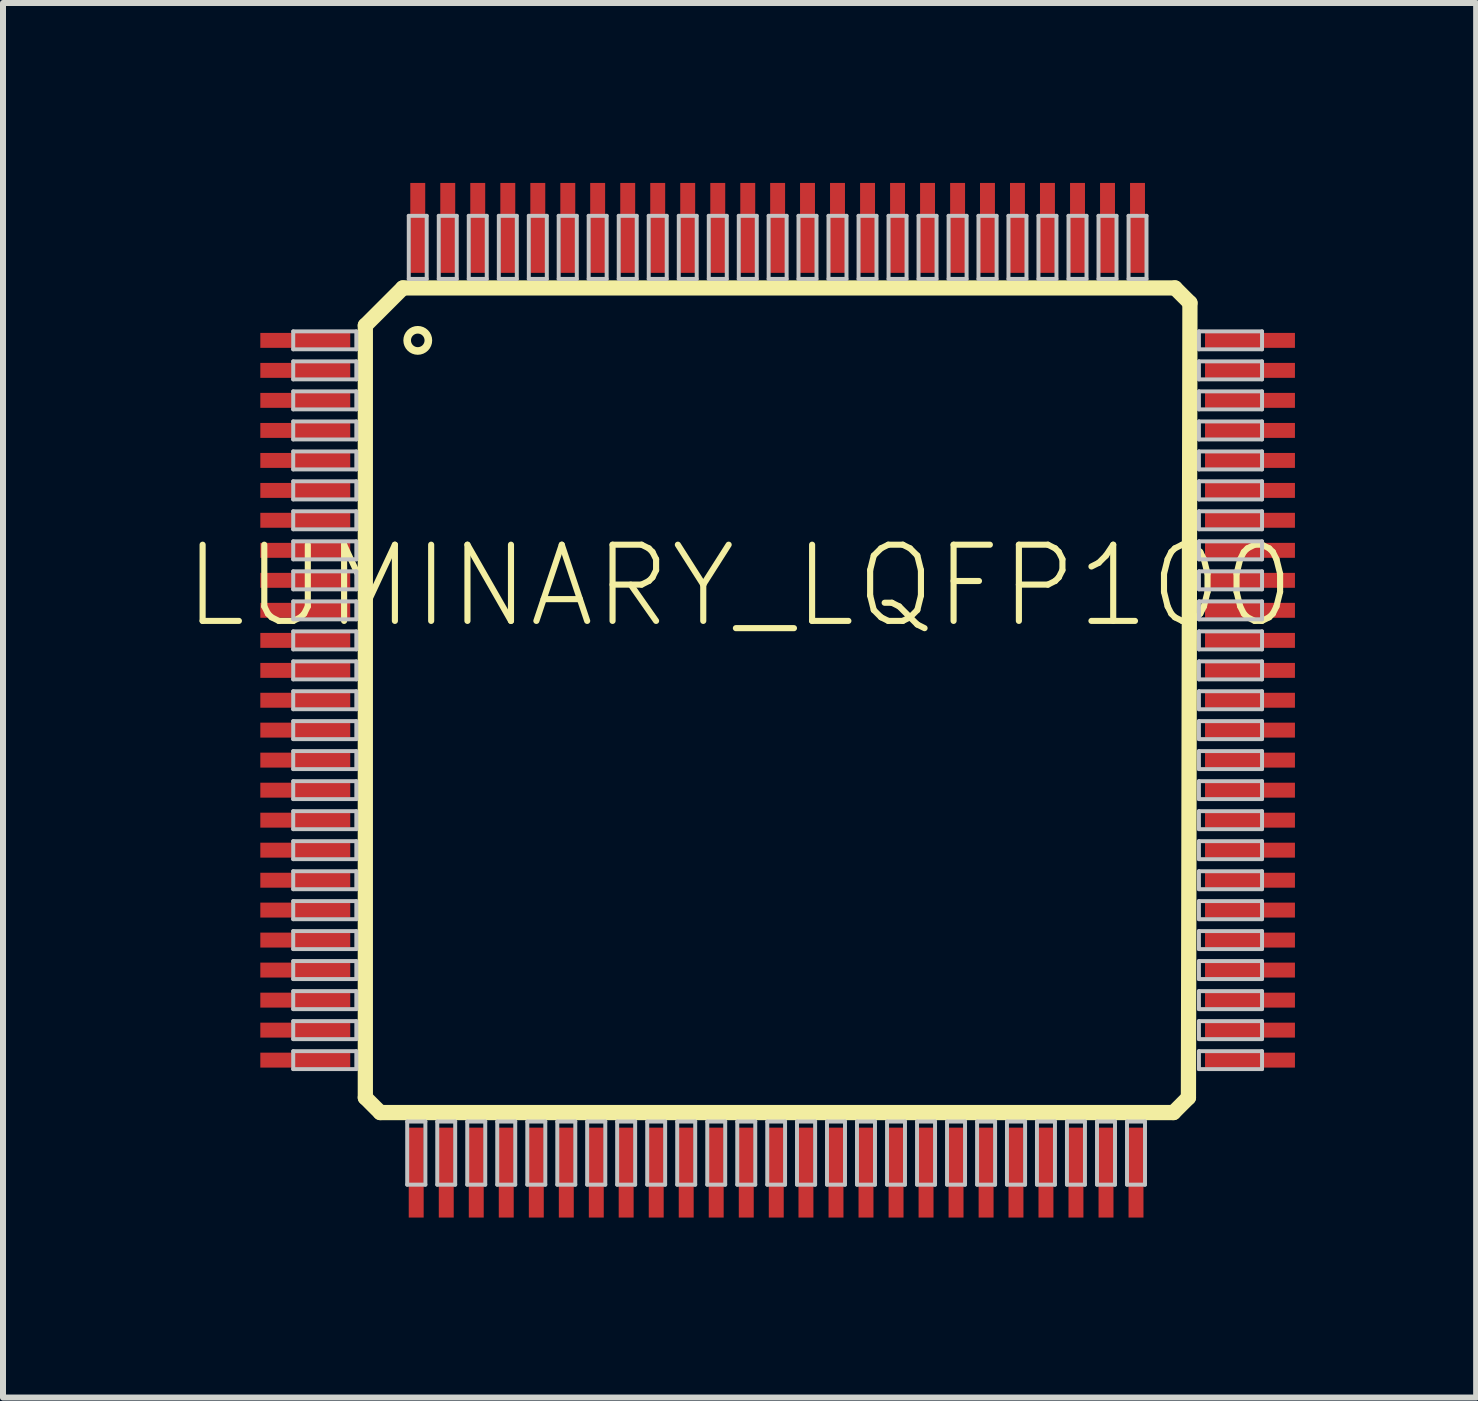
<source format=kicad_pcb>
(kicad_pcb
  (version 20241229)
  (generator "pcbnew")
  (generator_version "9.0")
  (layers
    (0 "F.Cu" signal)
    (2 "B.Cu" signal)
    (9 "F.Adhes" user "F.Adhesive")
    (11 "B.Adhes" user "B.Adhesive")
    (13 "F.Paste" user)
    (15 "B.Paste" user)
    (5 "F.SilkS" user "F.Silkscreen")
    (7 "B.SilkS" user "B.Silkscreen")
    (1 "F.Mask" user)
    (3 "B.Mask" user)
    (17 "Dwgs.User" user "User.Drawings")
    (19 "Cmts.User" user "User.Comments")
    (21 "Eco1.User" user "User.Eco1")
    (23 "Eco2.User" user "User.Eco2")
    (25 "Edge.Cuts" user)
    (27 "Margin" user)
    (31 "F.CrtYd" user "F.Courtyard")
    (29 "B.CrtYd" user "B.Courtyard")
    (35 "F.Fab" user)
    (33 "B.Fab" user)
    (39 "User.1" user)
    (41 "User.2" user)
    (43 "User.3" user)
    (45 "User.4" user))
  (footprint "LUMINARY_LQFP100"
    (layer "F.Cu")
    (at 9.913 8.623)
    (property "Reference" "LUMINARY_LQFP100" (at -0.635 -1.905 0) (layer "F.SilkS") (effects (font (size 1.27 1.27) (thickness 0.102))))
    (attr smd)
    (fp_line (start -6.873 -6.248) (end -6.248 -6.873) (stroke (width 0.254) (type solid)) (layer "F.SilkS"))
    (fp_line (start -6.873 6.624) (end -6.873 -6.248) (stroke (width 0.254) (type solid)) (layer "F.SilkS"))
    (fp_line (start -6.624 6.873) (end -6.873 6.624) (stroke (width 0.254) (type solid)) (layer "F.SilkS"))
    (fp_line (start -6.248 -6.873) (end 6.624 -6.873) (stroke (width 0.254) (type solid)) (layer "F.SilkS"))
    (fp_line (start 6.599 6.873) (end -6.624 6.873) (stroke (width 0.254) (type solid)) (layer "F.SilkS"))
    (fp_line (start 6.624 -6.873) (end 6.873 -6.624) (stroke (width 0.254) (type solid)) (layer "F.SilkS"))
    (fp_line (start 6.848 6.624) (end 6.599 6.873) (stroke (width 0.254) (type solid)) (layer "F.SilkS"))
    (fp_line (start 6.873 -6.624) (end 6.848 6.624) (stroke (width 0.254) (type solid)) (layer "F.SilkS"))
    (fp_circle (center -5.999 -5.999) (end -6.124 -6.124) (stroke (width 0.127) (type solid)) (fill no) (layer "F.SilkS"))
    (fp_line (start -8.075 -6.149) (end -7.023 -6.149) (stroke (width 0.066) (type solid)) (layer "Dwgs.User"))
    (fp_line (start -8.075 -5.85) (end -8.075 -6.149) (stroke (width 0.066) (type solid)) (layer "Dwgs.User"))
    (fp_line (start -8.075 -5.85) (end -7.023 -5.85) (stroke (width 0.066) (type solid)) (layer "Dwgs.User"))
    (fp_line (start -8.075 -5.649) (end -7.023 -5.649) (stroke (width 0.066) (type solid)) (layer "Dwgs.User"))
    (fp_line (start -8.075 -5.349) (end -8.075 -5.649) (stroke (width 0.066) (type solid)) (layer "Dwgs.User"))
    (fp_line (start -8.075 -5.349) (end -7.023 -5.349) (stroke (width 0.066) (type solid)) (layer "Dwgs.User"))
    (fp_line (start -8.075 -5.149) (end -7.023 -5.149) (stroke (width 0.066) (type solid)) (layer "Dwgs.User"))
    (fp_line (start -8.075 -4.849) (end -8.075 -5.149) (stroke (width 0.066) (type solid)) (layer "Dwgs.User"))
    (fp_line (start -8.075 -4.849) (end -7.023 -4.849) (stroke (width 0.066) (type solid)) (layer "Dwgs.User"))
    (fp_line (start -8.075 -4.648) (end -7.023 -4.648) (stroke (width 0.066) (type solid)) (layer "Dwgs.User"))
    (fp_line (start -8.075 -4.348) (end -8.075 -4.648) (stroke (width 0.066) (type solid)) (layer "Dwgs.User"))
    (fp_line (start -8.075 -4.348) (end -7.023 -4.348) (stroke (width 0.066) (type solid)) (layer "Dwgs.User"))
    (fp_line (start -8.075 -4.148) (end -7.023 -4.148) (stroke (width 0.066) (type solid)) (layer "Dwgs.User"))
    (fp_line (start -8.075 -3.848) (end -8.075 -4.148) (stroke (width 0.066) (type solid)) (layer "Dwgs.User"))
    (fp_line (start -8.075 -3.848) (end -7.023 -3.848) (stroke (width 0.066) (type solid)) (layer "Dwgs.User"))
    (fp_line (start -8.075 -3.65) (end -7.023 -3.65) (stroke (width 0.066) (type solid)) (layer "Dwgs.User"))
    (fp_line (start -8.075 -3.348) (end -8.075 -3.65) (stroke (width 0.066) (type solid)) (layer "Dwgs.User"))
    (fp_line (start -8.075 -3.348) (end -7.023 -3.348) (stroke (width 0.066) (type solid)) (layer "Dwgs.User"))
    (fp_line (start -8.075 -3.15) (end -7.023 -3.15) (stroke (width 0.066) (type solid)) (layer "Dwgs.User"))
    (fp_line (start -8.075 -2.85) (end -8.075 -3.15) (stroke (width 0.066) (type solid)) (layer "Dwgs.User"))
    (fp_line (start -8.075 -2.85) (end -7.023 -2.85) (stroke (width 0.066) (type solid)) (layer "Dwgs.User"))
    (fp_line (start -8.075 -2.649) (end -7.023 -2.649) (stroke (width 0.066) (type solid)) (layer "Dwgs.User"))
    (fp_line (start -8.075 -2.349) (end -8.075 -2.649) (stroke (width 0.066) (type solid)) (layer "Dwgs.User"))
    (fp_line (start -8.075 -2.349) (end -7.023 -2.349) (stroke (width 0.066) (type solid)) (layer "Dwgs.User"))
    (fp_line (start -8.075 -2.149) (end -7.023 -2.149) (stroke (width 0.066) (type solid)) (layer "Dwgs.User"))
    (fp_line (start -8.075 -1.849) (end -8.075 -2.149) (stroke (width 0.066) (type solid)) (layer "Dwgs.User"))
    (fp_line (start -8.075 -1.849) (end -7.023 -1.849) (stroke (width 0.066) (type solid)) (layer "Dwgs.User"))
    (fp_line (start -8.075 -1.648) (end -7.023 -1.648) (stroke (width 0.066) (type solid)) (layer "Dwgs.User"))
    (fp_line (start -8.075 -1.349) (end -8.075 -1.648) (stroke (width 0.066) (type solid)) (layer "Dwgs.User"))
    (fp_line (start -8.075 -1.349) (end -7.023 -1.349) (stroke (width 0.066) (type solid)) (layer "Dwgs.User"))
    (fp_line (start -8.075 -1.148) (end -7.023 -1.148) (stroke (width 0.066) (type solid)) (layer "Dwgs.User"))
    (fp_line (start -8.075 -0.848) (end -8.075 -1.148) (stroke (width 0.066) (type solid)) (layer "Dwgs.User"))
    (fp_line (start -8.075 -0.848) (end -7.023 -0.848) (stroke (width 0.066) (type solid)) (layer "Dwgs.User"))
    (fp_line (start -8.075 -0.648) (end -7.023 -0.648) (stroke (width 0.066) (type solid)) (layer "Dwgs.User"))
    (fp_line (start -8.075 -0.348) (end -8.075 -0.648) (stroke (width 0.066) (type solid)) (layer "Dwgs.User"))
    (fp_line (start -8.075 -0.348) (end -7.023 -0.348) (stroke (width 0.066) (type solid)) (layer "Dwgs.User"))
    (fp_line (start -8.075 -0.15) (end -7.023 -0.15) (stroke (width 0.066) (type solid)) (layer "Dwgs.User"))
    (fp_line (start -8.075 0.15) (end -8.075 -0.15) (stroke (width 0.066) (type solid)) (layer "Dwgs.User"))
    (fp_line (start -8.075 0.15) (end -7.023 0.15) (stroke (width 0.066) (type solid)) (layer "Dwgs.User"))
    (fp_line (start -8.075 0.348) (end -7.023 0.348) (stroke (width 0.066) (type solid)) (layer "Dwgs.User"))
    (fp_line (start -8.075 0.648) (end -8.075 0.348) (stroke (width 0.066) (type solid)) (layer "Dwgs.User"))
    (fp_line (start -8.075 0.648) (end -7.023 0.648) (stroke (width 0.066) (type solid)) (layer "Dwgs.User"))
    (fp_line (start -8.075 0.848) (end -7.023 0.848) (stroke (width 0.066) (type solid)) (layer "Dwgs.User"))
    (fp_line (start -8.075 1.148) (end -8.075 0.848) (stroke (width 0.066) (type solid)) (layer "Dwgs.User"))
    (fp_line (start -8.075 1.148) (end -7.023 1.148) (stroke (width 0.066) (type solid)) (layer "Dwgs.User"))
    (fp_line (start -8.075 1.349) (end -7.023 1.349) (stroke (width 0.066) (type solid)) (layer "Dwgs.User"))
    (fp_line (start -8.075 1.648) (end -8.075 1.349) (stroke (width 0.066) (type solid)) (layer "Dwgs.User"))
    (fp_line (start -8.075 1.648) (end -7.023 1.648) (stroke (width 0.066) (type solid)) (layer "Dwgs.User"))
    (fp_line (start -8.075 1.849) (end -7.023 1.849) (stroke (width 0.066) (type solid)) (layer "Dwgs.User"))
    (fp_line (start -8.075 2.149) (end -8.075 1.849) (stroke (width 0.066) (type solid)) (layer "Dwgs.User"))
    (fp_line (start -8.075 2.149) (end -7.023 2.149) (stroke (width 0.066) (type solid)) (layer "Dwgs.User"))
    (fp_line (start -8.075 2.349) (end -7.023 2.349) (stroke (width 0.066) (type solid)) (layer "Dwgs.User"))
    (fp_line (start -8.075 2.649) (end -8.075 2.349) (stroke (width 0.066) (type solid)) (layer "Dwgs.User"))
    (fp_line (start -8.075 2.649) (end -7.023 2.649) (stroke (width 0.066) (type solid)) (layer "Dwgs.User"))
    (fp_line (start -8.075 2.85) (end -7.023 2.85) (stroke (width 0.066) (type solid)) (layer "Dwgs.User"))
    (fp_line (start -8.075 3.15) (end -8.075 2.85) (stroke (width 0.066) (type solid)) (layer "Dwgs.User"))
    (fp_line (start -8.075 3.15) (end -7.023 3.15) (stroke (width 0.066) (type solid)) (layer "Dwgs.User"))
    (fp_line (start -8.075 3.348) (end -7.023 3.348) (stroke (width 0.066) (type solid)) (layer "Dwgs.User"))
    (fp_line (start -8.075 3.65) (end -8.075 3.348) (stroke (width 0.066) (type solid)) (layer "Dwgs.User"))
    (fp_line (start -8.075 3.65) (end -7.023 3.65) (stroke (width 0.066) (type solid)) (layer "Dwgs.User"))
    (fp_line (start -8.075 3.848) (end -7.023 3.848) (stroke (width 0.066) (type solid)) (layer "Dwgs.User"))
    (fp_line (start -8.075 4.148) (end -8.075 3.848) (stroke (width 0.066) (type solid)) (layer "Dwgs.User"))
    (fp_line (start -8.075 4.148) (end -7.023 4.148) (stroke (width 0.066) (type solid)) (layer "Dwgs.User"))
    (fp_line (start -8.075 4.348) (end -7.023 4.348) (stroke (width 0.066) (type solid)) (layer "Dwgs.User"))
    (fp_line (start -8.075 4.648) (end -8.075 4.348) (stroke (width 0.066) (type solid)) (layer "Dwgs.User"))
    (fp_line (start -8.075 4.648) (end -7.023 4.648) (stroke (width 0.066) (type solid)) (layer "Dwgs.User"))
    (fp_line (start -8.075 4.849) (end -7.023 4.849) (stroke (width 0.066) (type solid)) (layer "Dwgs.User"))
    (fp_line (start -8.075 5.149) (end -8.075 4.849) (stroke (width 0.066) (type solid)) (layer "Dwgs.User"))
    (fp_line (start -8.075 5.149) (end -7.023 5.149) (stroke (width 0.066) (type solid)) (layer "Dwgs.User"))
    (fp_line (start -8.075 5.349) (end -7.023 5.349) (stroke (width 0.066) (type solid)) (layer "Dwgs.User"))
    (fp_line (start -8.075 5.649) (end -8.075 5.349) (stroke (width 0.066) (type solid)) (layer "Dwgs.User"))
    (fp_line (start -8.075 5.649) (end -7.023 5.649) (stroke (width 0.066) (type solid)) (layer "Dwgs.User"))
    (fp_line (start -8.075 5.85) (end -7.023 5.85) (stroke (width 0.066) (type solid)) (layer "Dwgs.User"))
    (fp_line (start -8.075 6.149) (end -8.075 5.85) (stroke (width 0.066) (type solid)) (layer "Dwgs.User"))
    (fp_line (start -8.075 6.149) (end -7.023 6.149) (stroke (width 0.066) (type solid)) (layer "Dwgs.User"))
    (fp_line (start -7.023 -5.85) (end -7.023 -6.149) (stroke (width 0.066) (type solid)) (layer "Dwgs.User"))
    (fp_line (start -7.023 -5.349) (end -7.023 -5.649) (stroke (width 0.066) (type solid)) (layer "Dwgs.User"))
    (fp_line (start -7.023 -4.849) (end -7.023 -5.149) (stroke (width 0.066) (type solid)) (layer "Dwgs.User"))
    (fp_line (start -7.023 -4.348) (end -7.023 -4.648) (stroke (width 0.066) (type solid)) (layer "Dwgs.User"))
    (fp_line (start -7.023 -3.848) (end -7.023 -4.148) (stroke (width 0.066) (type solid)) (layer "Dwgs.User"))
    (fp_line (start -7.023 -3.348) (end -7.023 -3.65) (stroke (width 0.066) (type solid)) (layer "Dwgs.User"))
    (fp_line (start -7.023 -2.85) (end -7.023 -3.15) (stroke (width 0.066) (type solid)) (layer "Dwgs.User"))
    (fp_line (start -7.023 -2.349) (end -7.023 -2.649) (stroke (width 0.066) (type solid)) (layer "Dwgs.User"))
    (fp_line (start -7.023 -1.849) (end -7.023 -2.149) (stroke (width 0.066) (type solid)) (layer "Dwgs.User"))
    (fp_line (start -7.023 -1.349) (end -7.023 -1.648) (stroke (width 0.066) (type solid)) (layer "Dwgs.User"))
    (fp_line (start -7.023 -0.848) (end -7.023 -1.148) (stroke (width 0.066) (type solid)) (layer "Dwgs.User"))
    (fp_line (start -7.023 -0.348) (end -7.023 -0.648) (stroke (width 0.066) (type solid)) (layer "Dwgs.User"))
    (fp_line (start -7.023 0.15) (end -7.023 -0.15) (stroke (width 0.066) (type solid)) (layer "Dwgs.User"))
    (fp_line (start -7.023 0.648) (end -7.023 0.348) (stroke (width 0.066) (type solid)) (layer "Dwgs.User"))
    (fp_line (start -7.023 1.148) (end -7.023 0.848) (stroke (width 0.066) (type solid)) (layer "Dwgs.User"))
    (fp_line (start -7.023 1.648) (end -7.023 1.349) (stroke (width 0.066) (type solid)) (layer "Dwgs.User"))
    (fp_line (start -7.023 2.149) (end -7.023 1.849) (stroke (width 0.066) (type solid)) (layer "Dwgs.User"))
    (fp_line (start -7.023 2.649) (end -7.023 2.349) (stroke (width 0.066) (type solid)) (layer "Dwgs.User"))
    (fp_line (start -7.023 3.15) (end -7.023 2.85) (stroke (width 0.066) (type solid)) (layer "Dwgs.User"))
    (fp_line (start -7.023 3.65) (end -7.023 3.348) (stroke (width 0.066) (type solid)) (layer "Dwgs.User"))
    (fp_line (start -7.023 4.148) (end -7.023 3.848) (stroke (width 0.066) (type solid)) (layer "Dwgs.User"))
    (fp_line (start -7.023 4.648) (end -7.023 4.348) (stroke (width 0.066) (type solid)) (layer "Dwgs.User"))
    (fp_line (start -7.023 5.149) (end -7.023 4.849) (stroke (width 0.066) (type solid)) (layer "Dwgs.User"))
    (fp_line (start -7.023 5.649) (end -7.023 5.349) (stroke (width 0.066) (type solid)) (layer "Dwgs.User"))
    (fp_line (start -7.023 6.149) (end -7.023 5.85) (stroke (width 0.066) (type solid)) (layer "Dwgs.User"))
    (fp_line (start -6.175 7.023) (end -5.872 7.023) (stroke (width 0.066) (type solid)) (layer "Dwgs.User"))
    (fp_line (start -6.175 8.075) (end -6.175 7.023) (stroke (width 0.066) (type solid)) (layer "Dwgs.User"))
    (fp_line (start -6.175 8.075) (end -5.872 8.075) (stroke (width 0.066) (type solid)) (layer "Dwgs.User"))
    (fp_line (start -6.149 -8.075) (end -5.85 -8.075) (stroke (width 0.066) (type solid)) (layer "Dwgs.User"))
    (fp_line (start -6.149 -7.023) (end -6.149 -8.075) (stroke (width 0.066) (type solid)) (layer "Dwgs.User"))
    (fp_line (start -6.149 -7.023) (end -5.85 -7.023) (stroke (width 0.066) (type solid)) (layer "Dwgs.User"))
    (fp_line (start -5.872 8.075) (end -5.872 7.023) (stroke (width 0.066) (type solid)) (layer "Dwgs.User"))
    (fp_line (start -5.85 -7.023) (end -5.85 -8.075) (stroke (width 0.066) (type solid)) (layer "Dwgs.User"))
    (fp_line (start -5.674 7.023) (end -5.375 7.023) (stroke (width 0.066) (type solid)) (layer "Dwgs.User"))
    (fp_line (start -5.674 8.075) (end -5.674 7.023) (stroke (width 0.066) (type solid)) (layer "Dwgs.User"))
    (fp_line (start -5.674 8.075) (end -5.375 8.075) (stroke (width 0.066) (type solid)) (layer "Dwgs.User"))
    (fp_line (start -5.649 -8.075) (end -5.349 -8.075) (stroke (width 0.066) (type solid)) (layer "Dwgs.User"))
    (fp_line (start -5.649 -7.023) (end -5.649 -8.075) (stroke (width 0.066) (type solid)) (layer "Dwgs.User"))
    (fp_line (start -5.649 -7.023) (end -5.349 -7.023) (stroke (width 0.066) (type solid)) (layer "Dwgs.User"))
    (fp_line (start -5.375 8.075) (end -5.375 7.023) (stroke (width 0.066) (type solid)) (layer "Dwgs.User"))
    (fp_line (start -5.349 -7.023) (end -5.349 -8.075) (stroke (width 0.066) (type solid)) (layer "Dwgs.User"))
    (fp_line (start -5.174 7.023) (end -4.874 7.023) (stroke (width 0.066) (type solid)) (layer "Dwgs.User"))
    (fp_line (start -5.174 8.075) (end -5.174 7.023) (stroke (width 0.066) (type solid)) (layer "Dwgs.User"))
    (fp_line (start -5.174 8.075) (end -4.874 8.075) (stroke (width 0.066) (type solid)) (layer "Dwgs.User"))
    (fp_line (start -5.149 -8.075) (end -4.849 -8.075) (stroke (width 0.066) (type solid)) (layer "Dwgs.User"))
    (fp_line (start -5.149 -7.023) (end -5.149 -8.075) (stroke (width 0.066) (type solid)) (layer "Dwgs.User"))
    (fp_line (start -5.149 -7.023) (end -4.849 -7.023) (stroke (width 0.066) (type solid)) (layer "Dwgs.User"))
    (fp_line (start -4.874 8.075) (end -4.874 7.023) (stroke (width 0.066) (type solid)) (layer "Dwgs.User"))
    (fp_line (start -4.849 -7.023) (end -4.849 -8.075) (stroke (width 0.066) (type solid)) (layer "Dwgs.User"))
    (fp_line (start -4.674 7.023) (end -4.374 7.023) (stroke (width 0.066) (type solid)) (layer "Dwgs.User"))
    (fp_line (start -4.674 8.075) (end -4.674 7.023) (stroke (width 0.066) (type solid)) (layer "Dwgs.User"))
    (fp_line (start -4.674 8.075) (end -4.374 8.075) (stroke (width 0.066) (type solid)) (layer "Dwgs.User"))
    (fp_line (start -4.648 -8.075) (end -4.348 -8.075) (stroke (width 0.066) (type solid)) (layer "Dwgs.User"))
    (fp_line (start -4.648 -7.023) (end -4.648 -8.075) (stroke (width 0.066) (type solid)) (layer "Dwgs.User"))
    (fp_line (start -4.648 -7.023) (end -4.348 -7.023) (stroke (width 0.066) (type solid)) (layer "Dwgs.User"))
    (fp_line (start -4.374 8.075) (end -4.374 7.023) (stroke (width 0.066) (type solid)) (layer "Dwgs.User"))
    (fp_line (start -4.348 -7.023) (end -4.348 -8.075) (stroke (width 0.066) (type solid)) (layer "Dwgs.User"))
    (fp_line (start -4.173 7.023) (end -3.873 7.023) (stroke (width 0.066) (type solid)) (layer "Dwgs.User"))
    (fp_line (start -4.173 8.075) (end -4.173 7.023) (stroke (width 0.066) (type solid)) (layer "Dwgs.User"))
    (fp_line (start -4.173 8.075) (end -3.873 8.075) (stroke (width 0.066) (type solid)) (layer "Dwgs.User"))
    (fp_line (start -4.148 -8.075) (end -3.848 -8.075) (stroke (width 0.066) (type solid)) (layer "Dwgs.User"))
    (fp_line (start -4.148 -7.023) (end -4.148 -8.075) (stroke (width 0.066) (type solid)) (layer "Dwgs.User"))
    (fp_line (start -4.148 -7.023) (end -3.848 -7.023) (stroke (width 0.066) (type solid)) (layer "Dwgs.User"))
    (fp_line (start -3.873 8.075) (end -3.873 7.023) (stroke (width 0.066) (type solid)) (layer "Dwgs.User"))
    (fp_line (start -3.848 -7.023) (end -3.848 -8.075) (stroke (width 0.066) (type solid)) (layer "Dwgs.User"))
    (fp_line (start -3.673 7.023) (end -3.373 7.023) (stroke (width 0.066) (type solid)) (layer "Dwgs.User"))
    (fp_line (start -3.673 8.075) (end -3.673 7.023) (stroke (width 0.066) (type solid)) (layer "Dwgs.User"))
    (fp_line (start -3.673 8.075) (end -3.373 8.075) (stroke (width 0.066) (type solid)) (layer "Dwgs.User"))
    (fp_line (start -3.65 -8.075) (end -3.348 -8.075) (stroke (width 0.066) (type solid)) (layer "Dwgs.User"))
    (fp_line (start -3.65 -7.023) (end -3.65 -8.075) (stroke (width 0.066) (type solid)) (layer "Dwgs.User"))
    (fp_line (start -3.65 -7.023) (end -3.348 -7.023) (stroke (width 0.066) (type solid)) (layer "Dwgs.User"))
    (fp_line (start -3.373 8.075) (end -3.373 7.023) (stroke (width 0.066) (type solid)) (layer "Dwgs.User"))
    (fp_line (start -3.348 -7.023) (end -3.348 -8.075) (stroke (width 0.066) (type solid)) (layer "Dwgs.User"))
    (fp_line (start -3.175 7.023) (end -2.873 7.023) (stroke (width 0.066) (type solid)) (layer "Dwgs.User"))
    (fp_line (start -3.175 8.075) (end -3.175 7.023) (stroke (width 0.066) (type solid)) (layer "Dwgs.User"))
    (fp_line (start -3.175 8.075) (end -2.873 8.075) (stroke (width 0.066) (type solid)) (layer "Dwgs.User"))
    (fp_line (start -3.15 -8.075) (end -2.85 -8.075) (stroke (width 0.066) (type solid)) (layer "Dwgs.User"))
    (fp_line (start -3.15 -7.023) (end -3.15 -8.075) (stroke (width 0.066) (type solid)) (layer "Dwgs.User"))
    (fp_line (start -3.15 -7.023) (end -2.85 -7.023) (stroke (width 0.066) (type solid)) (layer "Dwgs.User"))
    (fp_line (start -2.873 8.075) (end -2.873 7.023) (stroke (width 0.066) (type solid)) (layer "Dwgs.User"))
    (fp_line (start -2.85 -7.023) (end -2.85 -8.075) (stroke (width 0.066) (type solid)) (layer "Dwgs.User"))
    (fp_line (start -2.675 7.023) (end -2.375 7.023) (stroke (width 0.066) (type solid)) (layer "Dwgs.User"))
    (fp_line (start -2.675 8.075) (end -2.675 7.023) (stroke (width 0.066) (type solid)) (layer "Dwgs.User"))
    (fp_line (start -2.675 8.075) (end -2.375 8.075) (stroke (width 0.066) (type solid)) (layer "Dwgs.User"))
    (fp_line (start -2.649 -8.075) (end -2.349 -8.075) (stroke (width 0.066) (type solid)) (layer "Dwgs.User"))
    (fp_line (start -2.649 -7.023) (end -2.649 -8.075) (stroke (width 0.066) (type solid)) (layer "Dwgs.User"))
    (fp_line (start -2.649 -7.023) (end -2.349 -7.023) (stroke (width 0.066) (type solid)) (layer "Dwgs.User"))
    (fp_line (start -2.375 8.075) (end -2.375 7.023) (stroke (width 0.066) (type solid)) (layer "Dwgs.User"))
    (fp_line (start -2.349 -7.023) (end -2.349 -8.075) (stroke (width 0.066) (type solid)) (layer "Dwgs.User"))
    (fp_line (start -2.174 7.023) (end -1.875 7.023) (stroke (width 0.066) (type solid)) (layer "Dwgs.User"))
    (fp_line (start -2.174 8.075) (end -2.174 7.023) (stroke (width 0.066) (type solid)) (layer "Dwgs.User"))
    (fp_line (start -2.174 8.075) (end -1.875 8.075) (stroke (width 0.066) (type solid)) (layer "Dwgs.User"))
    (fp_line (start -2.149 -8.075) (end -1.849 -8.075) (stroke (width 0.066) (type solid)) (layer "Dwgs.User"))
    (fp_line (start -2.149 -7.023) (end -2.149 -8.075) (stroke (width 0.066) (type solid)) (layer "Dwgs.User"))
    (fp_line (start -2.149 -7.023) (end -1.849 -7.023) (stroke (width 0.066) (type solid)) (layer "Dwgs.User"))
    (fp_line (start -1.875 8.075) (end -1.875 7.023) (stroke (width 0.066) (type solid)) (layer "Dwgs.User"))
    (fp_line (start -1.849 -7.023) (end -1.849 -8.075) (stroke (width 0.066) (type solid)) (layer "Dwgs.User"))
    (fp_line (start -1.674 7.023) (end -1.374 7.023) (stroke (width 0.066) (type solid)) (layer "Dwgs.User"))
    (fp_line (start -1.674 8.075) (end -1.674 7.023) (stroke (width 0.066) (type solid)) (layer "Dwgs.User"))
    (fp_line (start -1.674 8.075) (end -1.374 8.075) (stroke (width 0.066) (type solid)) (layer "Dwgs.User"))
    (fp_line (start -1.648 -8.075) (end -1.349 -8.075) (stroke (width 0.066) (type solid)) (layer "Dwgs.User"))
    (fp_line (start -1.648 -7.023) (end -1.648 -8.075) (stroke (width 0.066) (type solid)) (layer "Dwgs.User"))
    (fp_line (start -1.648 -7.023) (end -1.349 -7.023) (stroke (width 0.066) (type solid)) (layer "Dwgs.User"))
    (fp_line (start -1.374 8.075) (end -1.374 7.023) (stroke (width 0.066) (type solid)) (layer "Dwgs.User"))
    (fp_line (start -1.349 -7.023) (end -1.349 -8.075) (stroke (width 0.066) (type solid)) (layer "Dwgs.User"))
    (fp_line (start -1.173 7.023) (end -0.874 7.023) (stroke (width 0.066) (type solid)) (layer "Dwgs.User"))
    (fp_line (start -1.173 8.075) (end -1.173 7.023) (stroke (width 0.066) (type solid)) (layer "Dwgs.User"))
    (fp_line (start -1.173 8.075) (end -0.874 8.075) (stroke (width 0.066) (type solid)) (layer "Dwgs.User"))
    (fp_line (start -1.148 -8.075) (end -0.848 -8.075) (stroke (width 0.066) (type solid)) (layer "Dwgs.User"))
    (fp_line (start -1.148 -7.023) (end -1.148 -8.075) (stroke (width 0.066) (type solid)) (layer "Dwgs.User"))
    (fp_line (start -1.148 -7.023) (end -0.848 -7.023) (stroke (width 0.066) (type solid)) (layer "Dwgs.User"))
    (fp_line (start -0.874 8.075) (end -0.874 7.023) (stroke (width 0.066) (type solid)) (layer "Dwgs.User"))
    (fp_line (start -0.848 -7.023) (end -0.848 -8.075) (stroke (width 0.066) (type solid)) (layer "Dwgs.User"))
    (fp_line (start -0.673 7.023) (end -0.373 7.023) (stroke (width 0.066) (type solid)) (layer "Dwgs.User"))
    (fp_line (start -0.673 8.075) (end -0.673 7.023) (stroke (width 0.066) (type solid)) (layer "Dwgs.User"))
    (fp_line (start -0.673 8.075) (end -0.373 8.075) (stroke (width 0.066) (type solid)) (layer "Dwgs.User"))
    (fp_line (start -0.648 -8.075) (end -0.348 -8.075) (stroke (width 0.066) (type solid)) (layer "Dwgs.User"))
    (fp_line (start -0.648 -7.023) (end -0.648 -8.075) (stroke (width 0.066) (type solid)) (layer "Dwgs.User"))
    (fp_line (start -0.648 -7.023) (end -0.348 -7.023) (stroke (width 0.066) (type solid)) (layer "Dwgs.User"))
    (fp_line (start -0.373 8.075) (end -0.373 7.023) (stroke (width 0.066) (type solid)) (layer "Dwgs.User"))
    (fp_line (start -0.348 -7.023) (end -0.348 -8.075) (stroke (width 0.066) (type solid)) (layer "Dwgs.User"))
    (fp_line (start -0.173 7.023) (end 0.124 7.023) (stroke (width 0.066) (type solid)) (layer "Dwgs.User"))
    (fp_line (start -0.173 8.075) (end -0.173 7.023) (stroke (width 0.066) (type solid)) (layer "Dwgs.User"))
    (fp_line (start -0.173 8.075) (end 0.124 8.075) (stroke (width 0.066) (type solid)) (layer "Dwgs.User"))
    (fp_line (start -0.15 -8.075) (end 0.15 -8.075) (stroke (width 0.066) (type solid)) (layer "Dwgs.User"))
    (fp_line (start -0.15 -7.023) (end -0.15 -8.075) (stroke (width 0.066) (type solid)) (layer "Dwgs.User"))
    (fp_line (start -0.15 -7.023) (end 0.15 -7.023) (stroke (width 0.066) (type solid)) (layer "Dwgs.User"))
    (fp_line (start 0.124 8.075) (end 0.124 7.023) (stroke (width 0.066) (type solid)) (layer "Dwgs.User"))
    (fp_line (start 0.15 -7.023) (end 0.15 -8.075) (stroke (width 0.066) (type solid)) (layer "Dwgs.User"))
    (fp_line (start 0.323 7.023) (end 0.625 7.023) (stroke (width 0.066) (type solid)) (layer "Dwgs.User"))
    (fp_line (start 0.323 8.075) (end 0.323 7.023) (stroke (width 0.066) (type solid)) (layer "Dwgs.User"))
    (fp_line (start 0.323 8.075) (end 0.625 8.075) (stroke (width 0.066) (type solid)) (layer "Dwgs.User"))
    (fp_line (start 0.348 -8.075) (end 0.648 -8.075) (stroke (width 0.066) (type solid)) (layer "Dwgs.User"))
    (fp_line (start 0.348 -7.023) (end 0.348 -8.075) (stroke (width 0.066) (type solid)) (layer "Dwgs.User"))
    (fp_line (start 0.348 -7.023) (end 0.648 -7.023) (stroke (width 0.066) (type solid)) (layer "Dwgs.User"))
    (fp_line (start 0.625 8.075) (end 0.625 7.023) (stroke (width 0.066) (type solid)) (layer "Dwgs.User"))
    (fp_line (start 0.648 -7.023) (end 0.648 -8.075) (stroke (width 0.066) (type solid)) (layer "Dwgs.User"))
    (fp_line (start 0.823 7.023) (end 1.123 7.023) (stroke (width 0.066) (type solid)) (layer "Dwgs.User"))
    (fp_line (start 0.823 8.075) (end 0.823 7.023) (stroke (width 0.066) (type solid)) (layer "Dwgs.User"))
    (fp_line (start 0.823 8.075) (end 1.123 8.075) (stroke (width 0.066) (type solid)) (layer "Dwgs.User"))
    (fp_line (start 0.848 -8.075) (end 1.148 -8.075) (stroke (width 0.066) (type solid)) (layer "Dwgs.User"))
    (fp_line (start 0.848 -7.023) (end 0.848 -8.075) (stroke (width 0.066) (type solid)) (layer "Dwgs.User"))
    (fp_line (start 0.848 -7.023) (end 1.148 -7.023) (stroke (width 0.066) (type solid)) (layer "Dwgs.User"))
    (fp_line (start 1.123 8.075) (end 1.123 7.023) (stroke (width 0.066) (type solid)) (layer "Dwgs.User"))
    (fp_line (start 1.148 -7.023) (end 1.148 -8.075) (stroke (width 0.066) (type solid)) (layer "Dwgs.User"))
    (fp_line (start 1.323 7.023) (end 1.623 7.023) (stroke (width 0.066) (type solid)) (layer "Dwgs.User"))
    (fp_line (start 1.323 8.075) (end 1.323 7.023) (stroke (width 0.066) (type solid)) (layer "Dwgs.User"))
    (fp_line (start 1.323 8.075) (end 1.623 8.075) (stroke (width 0.066) (type solid)) (layer "Dwgs.User"))
    (fp_line (start 1.349 -8.075) (end 1.648 -8.075) (stroke (width 0.066) (type solid)) (layer "Dwgs.User"))
    (fp_line (start 1.349 -7.023) (end 1.349 -8.075) (stroke (width 0.066) (type solid)) (layer "Dwgs.User"))
    (fp_line (start 1.349 -7.023) (end 1.648 -7.023) (stroke (width 0.066) (type solid)) (layer "Dwgs.User"))
    (fp_line (start 1.623 8.075) (end 1.623 7.023) (stroke (width 0.066) (type solid)) (layer "Dwgs.User"))
    (fp_line (start 1.648 -7.023) (end 1.648 -8.075) (stroke (width 0.066) (type solid)) (layer "Dwgs.User"))
    (fp_line (start 1.824 7.023) (end 2.123 7.023) (stroke (width 0.066) (type solid)) (layer "Dwgs.User"))
    (fp_line (start 1.824 8.075) (end 1.824 7.023) (stroke (width 0.066) (type solid)) (layer "Dwgs.User"))
    (fp_line (start 1.824 8.075) (end 2.123 8.075) (stroke (width 0.066) (type solid)) (layer "Dwgs.User"))
    (fp_line (start 1.849 -8.075) (end 2.149 -8.075) (stroke (width 0.066) (type solid)) (layer "Dwgs.User"))
    (fp_line (start 1.849 -7.023) (end 1.849 -8.075) (stroke (width 0.066) (type solid)) (layer "Dwgs.User"))
    (fp_line (start 1.849 -7.023) (end 2.149 -7.023) (stroke (width 0.066) (type solid)) (layer "Dwgs.User"))
    (fp_line (start 2.123 8.075) (end 2.123 7.023) (stroke (width 0.066) (type solid)) (layer "Dwgs.User"))
    (fp_line (start 2.149 -7.023) (end 2.149 -8.075) (stroke (width 0.066) (type solid)) (layer "Dwgs.User"))
    (fp_line (start 2.324 7.023) (end 2.624 7.023) (stroke (width 0.066) (type solid)) (layer "Dwgs.User"))
    (fp_line (start 2.324 8.075) (end 2.324 7.023) (stroke (width 0.066) (type solid)) (layer "Dwgs.User"))
    (fp_line (start 2.324 8.075) (end 2.624 8.075) (stroke (width 0.066) (type solid)) (layer "Dwgs.User"))
    (fp_line (start 2.349 -8.075) (end 2.649 -8.075) (stroke (width 0.066) (type solid)) (layer "Dwgs.User"))
    (fp_line (start 2.349 -7.023) (end 2.349 -8.075) (stroke (width 0.066) (type solid)) (layer "Dwgs.User"))
    (fp_line (start 2.349 -7.023) (end 2.649 -7.023) (stroke (width 0.066) (type solid)) (layer "Dwgs.User"))
    (fp_line (start 2.624 8.075) (end 2.624 7.023) (stroke (width 0.066) (type solid)) (layer "Dwgs.User"))
    (fp_line (start 2.649 -7.023) (end 2.649 -8.075) (stroke (width 0.066) (type solid)) (layer "Dwgs.User"))
    (fp_line (start 2.824 7.023) (end 3.124 7.023) (stroke (width 0.066) (type solid)) (layer "Dwgs.User"))
    (fp_line (start 2.824 8.075) (end 2.824 7.023) (stroke (width 0.066) (type solid)) (layer "Dwgs.User"))
    (fp_line (start 2.824 8.075) (end 3.124 8.075) (stroke (width 0.066) (type solid)) (layer "Dwgs.User"))
    (fp_line (start 2.85 -8.075) (end 3.15 -8.075) (stroke (width 0.066) (type solid)) (layer "Dwgs.User"))
    (fp_line (start 2.85 -7.023) (end 2.85 -8.075) (stroke (width 0.066) (type solid)) (layer "Dwgs.User"))
    (fp_line (start 2.85 -7.023) (end 3.15 -7.023) (stroke (width 0.066) (type solid)) (layer "Dwgs.User"))
    (fp_line (start 3.124 8.075) (end 3.124 7.023) (stroke (width 0.066) (type solid)) (layer "Dwgs.User"))
    (fp_line (start 3.15 -7.023) (end 3.15 -8.075) (stroke (width 0.066) (type solid)) (layer "Dwgs.User"))
    (fp_line (start 3.325 7.023) (end 3.625 7.023) (stroke (width 0.066) (type solid)) (layer "Dwgs.User"))
    (fp_line (start 3.325 8.075) (end 3.325 7.023) (stroke (width 0.066) (type solid)) (layer "Dwgs.User"))
    (fp_line (start 3.325 8.075) (end 3.625 8.075) (stroke (width 0.066) (type solid)) (layer "Dwgs.User"))
    (fp_line (start 3.348 -8.075) (end 3.65 -8.075) (stroke (width 0.066) (type solid)) (layer "Dwgs.User"))
    (fp_line (start 3.348 -7.023) (end 3.348 -8.075) (stroke (width 0.066) (type solid)) (layer "Dwgs.User"))
    (fp_line (start 3.348 -7.023) (end 3.65 -7.023) (stroke (width 0.066) (type solid)) (layer "Dwgs.User"))
    (fp_line (start 3.625 8.075) (end 3.625 7.023) (stroke (width 0.066) (type solid)) (layer "Dwgs.User"))
    (fp_line (start 3.65 -7.023) (end 3.65 -8.075) (stroke (width 0.066) (type solid)) (layer "Dwgs.User"))
    (fp_line (start 3.823 7.023) (end 4.125 7.023) (stroke (width 0.066) (type solid)) (layer "Dwgs.User"))
    (fp_line (start 3.823 8.075) (end 3.823 7.023) (stroke (width 0.066) (type solid)) (layer "Dwgs.User"))
    (fp_line (start 3.823 8.075) (end 4.125 8.075) (stroke (width 0.066) (type solid)) (layer "Dwgs.User"))
    (fp_line (start 3.848 -8.075) (end 4.148 -8.075) (stroke (width 0.066) (type solid)) (layer "Dwgs.User"))
    (fp_line (start 3.848 -7.023) (end 3.848 -8.075) (stroke (width 0.066) (type solid)) (layer "Dwgs.User"))
    (fp_line (start 3.848 -7.023) (end 4.148 -7.023) (stroke (width 0.066) (type solid)) (layer "Dwgs.User"))
    (fp_line (start 4.125 8.075) (end 4.125 7.023) (stroke (width 0.066) (type solid)) (layer "Dwgs.User"))
    (fp_line (start 4.148 -7.023) (end 4.148 -8.075) (stroke (width 0.066) (type solid)) (layer "Dwgs.User"))
    (fp_line (start 4.323 7.023) (end 4.623 7.023) (stroke (width 0.066) (type solid)) (layer "Dwgs.User"))
    (fp_line (start 4.323 8.075) (end 4.323 7.023) (stroke (width 0.066) (type solid)) (layer "Dwgs.User"))
    (fp_line (start 4.323 8.075) (end 4.623 8.075) (stroke (width 0.066) (type solid)) (layer "Dwgs.User"))
    (fp_line (start 4.348 -8.075) (end 4.648 -8.075) (stroke (width 0.066) (type solid)) (layer "Dwgs.User"))
    (fp_line (start 4.348 -7.023) (end 4.348 -8.075) (stroke (width 0.066) (type solid)) (layer "Dwgs.User"))
    (fp_line (start 4.348 -7.023) (end 4.648 -7.023) (stroke (width 0.066) (type solid)) (layer "Dwgs.User"))
    (fp_line (start 4.623 8.075) (end 4.623 7.023) (stroke (width 0.066) (type solid)) (layer "Dwgs.User"))
    (fp_line (start 4.648 -7.023) (end 4.648 -8.075) (stroke (width 0.066) (type solid)) (layer "Dwgs.User"))
    (fp_line (start 4.823 7.023) (end 5.123 7.023) (stroke (width 0.066) (type solid)) (layer "Dwgs.User"))
    (fp_line (start 4.823 8.075) (end 4.823 7.023) (stroke (width 0.066) (type solid)) (layer "Dwgs.User"))
    (fp_line (start 4.823 8.075) (end 5.123 8.075) (stroke (width 0.066) (type solid)) (layer "Dwgs.User"))
    (fp_line (start 4.849 -8.075) (end 5.149 -8.075) (stroke (width 0.066) (type solid)) (layer "Dwgs.User"))
    (fp_line (start 4.849 -7.023) (end 4.849 -8.075) (stroke (width 0.066) (type solid)) (layer "Dwgs.User"))
    (fp_line (start 4.849 -7.023) (end 5.149 -7.023) (stroke (width 0.066) (type solid)) (layer "Dwgs.User"))
    (fp_line (start 5.123 8.075) (end 5.123 7.023) (stroke (width 0.066) (type solid)) (layer "Dwgs.User"))
    (fp_line (start 5.149 -7.023) (end 5.149 -8.075) (stroke (width 0.066) (type solid)) (layer "Dwgs.User"))
    (fp_line (start 5.324 7.023) (end 5.624 7.023) (stroke (width 0.066) (type solid)) (layer "Dwgs.User"))
    (fp_line (start 5.324 8.075) (end 5.324 7.023) (stroke (width 0.066) (type solid)) (layer "Dwgs.User"))
    (fp_line (start 5.324 8.075) (end 5.624 8.075) (stroke (width 0.066) (type solid)) (layer "Dwgs.User"))
    (fp_line (start 5.349 -8.075) (end 5.649 -8.075) (stroke (width 0.066) (type solid)) (layer "Dwgs.User"))
    (fp_line (start 5.349 -7.023) (end 5.349 -8.075) (stroke (width 0.066) (type solid)) (layer "Dwgs.User"))
    (fp_line (start 5.349 -7.023) (end 5.649 -7.023) (stroke (width 0.066) (type solid)) (layer "Dwgs.User"))
    (fp_line (start 5.624 8.075) (end 5.624 7.023) (stroke (width 0.066) (type solid)) (layer "Dwgs.User"))
    (fp_line (start 5.649 -7.023) (end 5.649 -8.075) (stroke (width 0.066) (type solid)) (layer "Dwgs.User"))
    (fp_line (start 5.824 7.023) (end 6.124 7.023) (stroke (width 0.066) (type solid)) (layer "Dwgs.User"))
    (fp_line (start 5.824 8.075) (end 5.824 7.023) (stroke (width 0.066) (type solid)) (layer "Dwgs.User"))
    (fp_line (start 5.824 8.075) (end 6.124 8.075) (stroke (width 0.066) (type solid)) (layer "Dwgs.User"))
    (fp_line (start 5.85 -8.075) (end 6.149 -8.075) (stroke (width 0.066) (type solid)) (layer "Dwgs.User"))
    (fp_line (start 5.85 -7.023) (end 5.85 -8.075) (stroke (width 0.066) (type solid)) (layer "Dwgs.User"))
    (fp_line (start 5.85 -7.023) (end 6.149 -7.023) (stroke (width 0.066) (type solid)) (layer "Dwgs.User"))
    (fp_line (start 6.124 8.075) (end 6.124 7.023) (stroke (width 0.066) (type solid)) (layer "Dwgs.User"))
    (fp_line (start 6.149 -7.023) (end 6.149 -8.075) (stroke (width 0.066) (type solid)) (layer "Dwgs.User"))
    (fp_line (start 7.023 -6.149) (end 8.075 -6.149) (stroke (width 0.066) (type solid)) (layer "Dwgs.User"))
    (fp_line (start 7.023 -5.85) (end 7.023 -6.149) (stroke (width 0.066) (type solid)) (layer "Dwgs.User"))
    (fp_line (start 7.023 -5.85) (end 8.075 -5.85) (stroke (width 0.066) (type solid)) (layer "Dwgs.User"))
    (fp_line (start 7.023 -5.649) (end 8.075 -5.649) (stroke (width 0.066) (type solid)) (layer "Dwgs.User"))
    (fp_line (start 7.023 -5.349) (end 7.023 -5.649) (stroke (width 0.066) (type solid)) (layer "Dwgs.User"))
    (fp_line (start 7.023 -5.349) (end 8.075 -5.349) (stroke (width 0.066) (type solid)) (layer "Dwgs.User"))
    (fp_line (start 7.023 -5.149) (end 8.075 -5.149) (stroke (width 0.066) (type solid)) (layer "Dwgs.User"))
    (fp_line (start 7.023 -4.849) (end 7.023 -5.149) (stroke (width 0.066) (type solid)) (layer "Dwgs.User"))
    (fp_line (start 7.023 -4.849) (end 8.075 -4.849) (stroke (width 0.066) (type solid)) (layer "Dwgs.User"))
    (fp_line (start 7.023 -4.648) (end 8.075 -4.648) (stroke (width 0.066) (type solid)) (layer "Dwgs.User"))
    (fp_line (start 7.023 -4.348) (end 7.023 -4.648) (stroke (width 0.066) (type solid)) (layer "Dwgs.User"))
    (fp_line (start 7.023 -4.348) (end 8.075 -4.348) (stroke (width 0.066) (type solid)) (layer "Dwgs.User"))
    (fp_line (start 7.023 -4.148) (end 8.075 -4.148) (stroke (width 0.066) (type solid)) (layer "Dwgs.User"))
    (fp_line (start 7.023 -3.848) (end 7.023 -4.148) (stroke (width 0.066) (type solid)) (layer "Dwgs.User"))
    (fp_line (start 7.023 -3.848) (end 8.075 -3.848) (stroke (width 0.066) (type solid)) (layer "Dwgs.User"))
    (fp_line (start 7.023 -3.65) (end 8.075 -3.65) (stroke (width 0.066) (type solid)) (layer "Dwgs.User"))
    (fp_line (start 7.023 -3.348) (end 7.023 -3.65) (stroke (width 0.066) (type solid)) (layer "Dwgs.User"))
    (fp_line (start 7.023 -3.348) (end 8.075 -3.348) (stroke (width 0.066) (type solid)) (layer "Dwgs.User"))
    (fp_line (start 7.023 -3.15) (end 8.075 -3.15) (stroke (width 0.066) (type solid)) (layer "Dwgs.User"))
    (fp_line (start 7.023 -2.85) (end 7.023 -3.15) (stroke (width 0.066) (type solid)) (layer "Dwgs.User"))
    (fp_line (start 7.023 -2.85) (end 8.075 -2.85) (stroke (width 0.066) (type solid)) (layer "Dwgs.User"))
    (fp_line (start 7.023 -2.649) (end 8.075 -2.649) (stroke (width 0.066) (type solid)) (layer "Dwgs.User"))
    (fp_line (start 7.023 -2.349) (end 7.023 -2.649) (stroke (width 0.066) (type solid)) (layer "Dwgs.User"))
    (fp_line (start 7.023 -2.349) (end 8.075 -2.349) (stroke (width 0.066) (type solid)) (layer "Dwgs.User"))
    (fp_line (start 7.023 -2.149) (end 8.075 -2.149) (stroke (width 0.066) (type solid)) (layer "Dwgs.User"))
    (fp_line (start 7.023 -1.849) (end 7.023 -2.149) (stroke (width 0.066) (type solid)) (layer "Dwgs.User"))
    (fp_line (start 7.023 -1.849) (end 8.075 -1.849) (stroke (width 0.066) (type solid)) (layer "Dwgs.User"))
    (fp_line (start 7.023 -1.648) (end 8.075 -1.648) (stroke (width 0.066) (type solid)) (layer "Dwgs.User"))
    (fp_line (start 7.023 -1.349) (end 7.023 -1.648) (stroke (width 0.066) (type solid)) (layer "Dwgs.User"))
    (fp_line (start 7.023 -1.349) (end 8.075 -1.349) (stroke (width 0.066) (type solid)) (layer "Dwgs.User"))
    (fp_line (start 7.023 -1.148) (end 8.075 -1.148) (stroke (width 0.066) (type solid)) (layer "Dwgs.User"))
    (fp_line (start 7.023 -0.848) (end 7.023 -1.148) (stroke (width 0.066) (type solid)) (layer "Dwgs.User"))
    (fp_line (start 7.023 -0.848) (end 8.075 -0.848) (stroke (width 0.066) (type solid)) (layer "Dwgs.User"))
    (fp_line (start 7.023 -0.648) (end 8.075 -0.648) (stroke (width 0.066) (type solid)) (layer "Dwgs.User"))
    (fp_line (start 7.023 -0.348) (end 7.023 -0.648) (stroke (width 0.066) (type solid)) (layer "Dwgs.User"))
    (fp_line (start 7.023 -0.348) (end 8.075 -0.348) (stroke (width 0.066) (type solid)) (layer "Dwgs.User"))
    (fp_line (start 7.023 -0.15) (end 8.075 -0.15) (stroke (width 0.066) (type solid)) (layer "Dwgs.User"))
    (fp_line (start 7.023 0.15) (end 7.023 -0.15) (stroke (width 0.066) (type solid)) (layer "Dwgs.User"))
    (fp_line (start 7.023 0.15) (end 8.075 0.15) (stroke (width 0.066) (type solid)) (layer "Dwgs.User"))
    (fp_line (start 7.023 0.348) (end 8.075 0.348) (stroke (width 0.066) (type solid)) (layer "Dwgs.User"))
    (fp_line (start 7.023 0.648) (end 7.023 0.348) (stroke (width 0.066) (type solid)) (layer "Dwgs.User"))
    (fp_line (start 7.023 0.648) (end 8.075 0.648) (stroke (width 0.066) (type solid)) (layer "Dwgs.User"))
    (fp_line (start 7.023 0.848) (end 8.075 0.848) (stroke (width 0.066) (type solid)) (layer "Dwgs.User"))
    (fp_line (start 7.023 1.148) (end 7.023 0.848) (stroke (width 0.066) (type solid)) (layer "Dwgs.User"))
    (fp_line (start 7.023 1.148) (end 8.075 1.148) (stroke (width 0.066) (type solid)) (layer "Dwgs.User"))
    (fp_line (start 7.023 1.349) (end 8.075 1.349) (stroke (width 0.066) (type solid)) (layer "Dwgs.User"))
    (fp_line (start 7.023 1.648) (end 7.023 1.349) (stroke (width 0.066) (type solid)) (layer "Dwgs.User"))
    (fp_line (start 7.023 1.648) (end 8.075 1.648) (stroke (width 0.066) (type solid)) (layer "Dwgs.User"))
    (fp_line (start 7.023 1.849) (end 8.075 1.849) (stroke (width 0.066) (type solid)) (layer "Dwgs.User"))
    (fp_line (start 7.023 2.149) (end 7.023 1.849) (stroke (width 0.066) (type solid)) (layer "Dwgs.User"))
    (fp_line (start 7.023 2.149) (end 8.075 2.149) (stroke (width 0.066) (type solid)) (layer "Dwgs.User"))
    (fp_line (start 7.023 2.349) (end 8.075 2.349) (stroke (width 0.066) (type solid)) (layer "Dwgs.User"))
    (fp_line (start 7.023 2.649) (end 7.023 2.349) (stroke (width 0.066) (type solid)) (layer "Dwgs.User"))
    (fp_line (start 7.023 2.649) (end 8.075 2.649) (stroke (width 0.066) (type solid)) (layer "Dwgs.User"))
    (fp_line (start 7.023 2.85) (end 8.075 2.85) (stroke (width 0.066) (type solid)) (layer "Dwgs.User"))
    (fp_line (start 7.023 3.15) (end 7.023 2.85) (stroke (width 0.066) (type solid)) (layer "Dwgs.User"))
    (fp_line (start 7.023 3.15) (end 8.075 3.15) (stroke (width 0.066) (type solid)) (layer "Dwgs.User"))
    (fp_line (start 7.023 3.348) (end 8.075 3.348) (stroke (width 0.066) (type solid)) (layer "Dwgs.User"))
    (fp_line (start 7.023 3.65) (end 7.023 3.348) (stroke (width 0.066) (type solid)) (layer "Dwgs.User"))
    (fp_line (start 7.023 3.65) (end 8.075 3.65) (stroke (width 0.066) (type solid)) (layer "Dwgs.User"))
    (fp_line (start 7.023 3.848) (end 8.075 3.848) (stroke (width 0.066) (type solid)) (layer "Dwgs.User"))
    (fp_line (start 7.023 4.148) (end 7.023 3.848) (stroke (width 0.066) (type solid)) (layer "Dwgs.User"))
    (fp_line (start 7.023 4.148) (end 8.075 4.148) (stroke (width 0.066) (type solid)) (layer "Dwgs.User"))
    (fp_line (start 7.023 4.348) (end 8.075 4.348) (stroke (width 0.066) (type solid)) (layer "Dwgs.User"))
    (fp_line (start 7.023 4.648) (end 7.023 4.348) (stroke (width 0.066) (type solid)) (layer "Dwgs.User"))
    (fp_line (start 7.023 4.648) (end 8.075 4.648) (stroke (width 0.066) (type solid)) (layer "Dwgs.User"))
    (fp_line (start 7.023 4.849) (end 8.075 4.849) (stroke (width 0.066) (type solid)) (layer "Dwgs.User"))
    (fp_line (start 7.023 5.149) (end 7.023 4.849) (stroke (width 0.066) (type solid)) (layer "Dwgs.User"))
    (fp_line (start 7.023 5.149) (end 8.075 5.149) (stroke (width 0.066) (type solid)) (layer "Dwgs.User"))
    (fp_line (start 7.023 5.349) (end 8.075 5.349) (stroke (width 0.066) (type solid)) (layer "Dwgs.User"))
    (fp_line (start 7.023 5.649) (end 7.023 5.349) (stroke (width 0.066) (type solid)) (layer "Dwgs.User"))
    (fp_line (start 7.023 5.649) (end 8.075 5.649) (stroke (width 0.066) (type solid)) (layer "Dwgs.User"))
    (fp_line (start 7.023 5.85) (end 8.075 5.85) (stroke (width 0.066) (type solid)) (layer "Dwgs.User"))
    (fp_line (start 7.023 6.149) (end 7.023 5.85) (stroke (width 0.066) (type solid)) (layer "Dwgs.User"))
    (fp_line (start 7.023 6.149) (end 8.075 6.149) (stroke (width 0.066) (type solid)) (layer "Dwgs.User"))
    (fp_line (start 8.075 -5.85) (end 8.075 -6.149) (stroke (width 0.066) (type solid)) (layer "Dwgs.User"))
    (fp_line (start 8.075 -5.349) (end 8.075 -5.649) (stroke (width 0.066) (type solid)) (layer "Dwgs.User"))
    (fp_line (start 8.075 -4.849) (end 8.075 -5.149) (stroke (width 0.066) (type solid)) (layer "Dwgs.User"))
    (fp_line (start 8.075 -4.348) (end 8.075 -4.648) (stroke (width 0.066) (type solid)) (layer "Dwgs.User"))
    (fp_line (start 8.075 -3.848) (end 8.075 -4.148) (stroke (width 0.066) (type solid)) (layer "Dwgs.User"))
    (fp_line (start 8.075 -3.348) (end 8.075 -3.65) (stroke (width 0.066) (type solid)) (layer "Dwgs.User"))
    (fp_line (start 8.075 -2.85) (end 8.075 -3.15) (stroke (width 0.066) (type solid)) (layer "Dwgs.User"))
    (fp_line (start 8.075 -2.349) (end 8.075 -2.649) (stroke (width 0.066) (type solid)) (layer "Dwgs.User"))
    (fp_line (start 8.075 -1.849) (end 8.075 -2.149) (stroke (width 0.066) (type solid)) (layer "Dwgs.User"))
    (fp_line (start 8.075 -1.349) (end 8.075 -1.648) (stroke (width 0.066) (type solid)) (layer "Dwgs.User"))
    (fp_line (start 8.075 -0.848) (end 8.075 -1.148) (stroke (width 0.066) (type solid)) (layer "Dwgs.User"))
    (fp_line (start 8.075 -0.348) (end 8.075 -0.648) (stroke (width 0.066) (type solid)) (layer "Dwgs.User"))
    (fp_line (start 8.075 0.15) (end 8.075 -0.15) (stroke (width 0.066) (type solid)) (layer "Dwgs.User"))
    (fp_line (start 8.075 0.648) (end 8.075 0.348) (stroke (width 0.066) (type solid)) (layer "Dwgs.User"))
    (fp_line (start 8.075 1.148) (end 8.075 0.848) (stroke (width 0.066) (type solid)) (layer "Dwgs.User"))
    (fp_line (start 8.075 1.648) (end 8.075 1.349) (stroke (width 0.066) (type solid)) (layer "Dwgs.User"))
    (fp_line (start 8.075 2.149) (end 8.075 1.849) (stroke (width 0.066) (type solid)) (layer "Dwgs.User"))
    (fp_line (start 8.075 2.649) (end 8.075 2.349) (stroke (width 0.066) (type solid)) (layer "Dwgs.User"))
    (fp_line (start 8.075 3.15) (end 8.075 2.85) (stroke (width 0.066) (type solid)) (layer "Dwgs.User"))
    (fp_line (start 8.075 3.65) (end 8.075 3.348) (stroke (width 0.066) (type solid)) (layer "Dwgs.User"))
    (fp_line (start 8.075 4.148) (end 8.075 3.848) (stroke (width 0.066) (type solid)) (layer "Dwgs.User"))
    (fp_line (start 8.075 4.648) (end 8.075 4.348) (stroke (width 0.066) (type solid)) (layer "Dwgs.User"))
    (fp_line (start 8.075 5.149) (end 8.075 4.849) (stroke (width 0.066) (type solid)) (layer "Dwgs.User"))
    (fp_line (start 8.075 5.649) (end 8.075 5.349) (stroke (width 0.066) (type solid)) (layer "Dwgs.User"))
    (fp_line (start 8.075 6.149) (end 8.075 5.85) (stroke (width 0.066) (type solid)) (layer "Dwgs.User"))
    (pad "1" smd rect (at -7.874 -5.999) (size 1.499 0.249) (layers "F.Cu" "F.Mask" "F.Paste"))
    (pad "2" smd rect (at -7.874 -5.499) (size 1.499 0.249) (layers "F.Cu" "F.Mask" "F.Paste"))
    (pad "3" smd rect (at -7.874 -4.999) (size 1.499 0.249) (layers "F.Cu" "F.Mask" "F.Paste"))
    (pad "4" smd rect (at -7.874 -4.498) (size 1.499 0.249) (layers "F.Cu" "F.Mask" "F.Paste"))
    (pad "5" smd rect (at -7.874 -3.998) (size 1.499 0.249) (layers "F.Cu" "F.Mask" "F.Paste"))
    (pad "6" smd rect (at -7.874 -3.498) (size 1.499 0.249) (layers "F.Cu" "F.Mask" "F.Paste"))
    (pad "7" smd rect (at -7.874 -3) (size 1.499 0.249) (layers "F.Cu" "F.Mask" "F.Paste"))
    (pad "8" smd rect (at -7.874 -2.499) (size 1.499 0.249) (layers "F.Cu" "F.Mask" "F.Paste"))
    (pad "9" smd rect (at -7.874 -1.999) (size 1.499 0.249) (layers "F.Cu" "F.Mask" "F.Paste"))
    (pad "10" smd rect (at -7.874 -1.499) (size 1.499 0.249) (layers "F.Cu" "F.Mask" "F.Paste"))
    (pad "11" smd rect (at -7.874 -0.998) (size 1.499 0.249) (layers "F.Cu" "F.Mask" "F.Paste"))
    (pad "12" smd rect (at -7.874 -0.498) (size 1.499 0.249) (layers "F.Cu" "F.Mask" "F.Paste"))
    (pad "13" smd rect (at -7.874 0) (size 1.499 0.249) (layers "F.Cu" "F.Mask" "F.Paste"))
    (pad "14" smd rect (at -7.874 0.498) (size 1.499 0.249) (layers "F.Cu" "F.Mask" "F.Paste"))
    (pad "15" smd rect (at -7.874 0.998) (size 1.499 0.249) (layers "F.Cu" "F.Mask" "F.Paste"))
    (pad "16" smd rect (at -7.874 1.499) (size 1.499 0.249) (layers "F.Cu" "F.Mask" "F.Paste"))
    (pad "17" smd rect (at -7.874 1.999) (size 1.499 0.249) (layers "F.Cu" "F.Mask" "F.Paste"))
    (pad "18" smd rect (at -7.874 2.499) (size 1.499 0.249) (layers "F.Cu" "F.Mask" "F.Paste"))
    (pad "19" smd rect (at -7.874 3) (size 1.499 0.249) (layers "F.Cu" "F.Mask" "F.Paste"))
    (pad "20" smd rect (at -7.874 3.498) (size 1.499 0.249) (layers "F.Cu" "F.Mask" "F.Paste"))
    (pad "21" smd rect (at -7.874 3.998) (size 1.499 0.249) (layers "F.Cu" "F.Mask" "F.Paste"))
    (pad "22" smd rect (at -7.874 4.498) (size 1.499 0.249) (layers "F.Cu" "F.Mask" "F.Paste"))
    (pad "23" smd rect (at -7.874 4.999) (size 1.499 0.249) (layers "F.Cu" "F.Mask" "F.Paste"))
    (pad "24" smd rect (at -7.874 5.499) (size 1.499 0.249) (layers "F.Cu" "F.Mask" "F.Paste"))
    (pad "25" smd rect (at -7.874 5.999) (size 1.499 0.249) (layers "F.Cu" "F.Mask" "F.Paste"))
    (pad "26" smd rect (at -6.025 7.874) (size 0.249 1.499) (layers "F.Cu" "F.Mask" "F.Paste"))
    (pad "27" smd rect (at -5.524 7.874) (size 0.249 1.499) (layers "F.Cu" "F.Mask" "F.Paste"))
    (pad "28" smd rect (at -5.024 7.874) (size 0.249 1.499) (layers "F.Cu" "F.Mask" "F.Paste"))
    (pad "29" smd rect (at -4.524 7.874) (size 0.249 1.499) (layers "F.Cu" "F.Mask" "F.Paste"))
    (pad "30" smd rect (at -4.023 7.874) (size 0.249 1.499) (layers "F.Cu" "F.Mask" "F.Paste"))
    (pad "31" smd rect (at -3.523 7.874) (size 0.249 1.499) (layers "F.Cu" "F.Mask" "F.Paste"))
    (pad "32" smd rect (at -3.023 7.874) (size 0.249 1.499) (layers "F.Cu" "F.Mask" "F.Paste"))
    (pad "33" smd rect (at -2.525 7.874) (size 0.249 1.499) (layers "F.Cu" "F.Mask" "F.Paste"))
    (pad "34" smd rect (at -2.024 7.874) (size 0.249 1.499) (layers "F.Cu" "F.Mask" "F.Paste"))
    (pad "35" smd rect (at -1.524 7.874) (size 0.249 1.499) (layers "F.Cu" "F.Mask" "F.Paste"))
    (pad "36" smd rect (at -1.024 7.874) (size 0.249 1.499) (layers "F.Cu" "F.Mask" "F.Paste"))
    (pad "37" smd rect (at -0.523 7.874) (size 0.249 1.499) (layers "F.Cu" "F.Mask" "F.Paste"))
    (pad "38" smd rect (at -0.023 7.874) (size 0.249 1.499) (layers "F.Cu" "F.Mask" "F.Paste"))
    (pad "39" smd rect (at 0.472 7.874) (size 0.249 1.499) (layers "F.Cu" "F.Mask" "F.Paste"))
    (pad "40" smd rect (at 0.973 7.874) (size 0.249 1.499) (layers "F.Cu" "F.Mask" "F.Paste"))
    (pad "41" smd rect (at 1.473 7.874) (size 0.249 1.499) (layers "F.Cu" "F.Mask" "F.Paste"))
    (pad "42" smd rect (at 1.974 7.874) (size 0.249 1.499) (layers "F.Cu" "F.Mask" "F.Paste"))
    (pad "43" smd rect (at 2.474 7.874) (size 0.249 1.499) (layers "F.Cu" "F.Mask" "F.Paste"))
    (pad "44" smd rect (at 2.974 7.874) (size 0.249 1.499) (layers "F.Cu" "F.Mask" "F.Paste"))
    (pad "45" smd rect (at 3.475 7.874) (size 0.249 1.499) (layers "F.Cu" "F.Mask" "F.Paste"))
    (pad "46" smd rect (at 3.973 7.874) (size 0.249 1.499) (layers "F.Cu" "F.Mask" "F.Paste"))
    (pad "47" smd rect (at 4.473 7.874) (size 0.249 1.499) (layers "F.Cu" "F.Mask" "F.Paste"))
    (pad "48" smd rect (at 4.973 7.874) (size 0.249 1.499) (layers "F.Cu" "F.Mask" "F.Paste"))
    (pad "49" smd rect (at 5.474 7.874) (size 0.249 1.499) (layers "F.Cu" "F.Mask" "F.Paste"))
    (pad "50" smd rect (at 5.974 7.874) (size 0.249 1.499) (layers "F.Cu" "F.Mask" "F.Paste"))
    (pad "51" smd rect (at 7.874 5.999) (size 1.499 0.249) (layers "F.Cu" "F.Mask" "F.Paste"))
    (pad "52" smd rect (at 7.874 5.499) (size 1.499 0.249) (layers "F.Cu" "F.Mask" "F.Paste"))
    (pad "53" smd rect (at 7.874 4.999) (size 1.499 0.249) (layers "F.Cu" "F.Mask" "F.Paste"))
    (pad "54" smd rect (at 7.874 4.498) (size 1.499 0.249) (layers "F.Cu" "F.Mask" "F.Paste"))
    (pad "55" smd rect (at 7.874 3.998) (size 1.499 0.249) (layers "F.Cu" "F.Mask" "F.Paste"))
    (pad "56" smd rect (at 7.874 3.498) (size 1.499 0.249) (layers "F.Cu" "F.Mask" "F.Paste"))
    (pad "57" smd rect (at 7.874 3) (size 1.499 0.249) (layers "F.Cu" "F.Mask" "F.Paste"))
    (pad "58" smd rect (at 7.874 2.499) (size 1.499 0.249) (layers "F.Cu" "F.Mask" "F.Paste"))
    (pad "59" smd rect (at 7.874 1.999) (size 1.499 0.249) (layers "F.Cu" "F.Mask" "F.Paste"))
    (pad "60" smd rect (at 7.874 1.499) (size 1.499 0.249) (layers "F.Cu" "F.Mask" "F.Paste"))
    (pad "61" smd rect (at 7.874 0.998) (size 1.499 0.249) (layers "F.Cu" "F.Mask" "F.Paste"))
    (pad "62" smd rect (at 7.874 0.498) (size 1.499 0.249) (layers "F.Cu" "F.Mask" "F.Paste"))
    (pad "63" smd rect (at 7.874 0) (size 1.499 0.249) (layers "F.Cu" "F.Mask" "F.Paste"))
    (pad "64" smd rect (at 7.874 -0.498) (size 1.499 0.249) (layers "F.Cu" "F.Mask" "F.Paste"))
    (pad "65" smd rect (at 7.874 -0.998) (size 1.499 0.249) (layers "F.Cu" "F.Mask" "F.Paste"))
    (pad "66" smd rect (at 7.874 -1.499) (size 1.499 0.249) (layers "F.Cu" "F.Mask" "F.Paste"))
    (pad "67" smd rect (at 7.874 -1.999) (size 1.499 0.249) (layers "F.Cu" "F.Mask" "F.Paste"))
    (pad "68" smd rect (at 7.874 -2.499) (size 1.499 0.249) (layers "F.Cu" "F.Mask" "F.Paste"))
    (pad "69" smd rect (at 7.874 -3) (size 1.499 0.249) (layers "F.Cu" "F.Mask" "F.Paste"))
    (pad "70" smd rect (at 7.874 -3.498) (size 1.499 0.249) (layers "F.Cu" "F.Mask" "F.Paste"))
    (pad "71" smd rect (at 7.874 -3.998) (size 1.499 0.249) (layers "F.Cu" "F.Mask" "F.Paste"))
    (pad "72" smd rect (at 7.874 -4.498) (size 1.499 0.249) (layers "F.Cu" "F.Mask" "F.Paste"))
    (pad "73" smd rect (at 7.874 -4.999) (size 1.499 0.249) (layers "F.Cu" "F.Mask" "F.Paste"))
    (pad "74" smd rect (at 7.874 -5.499) (size 1.499 0.249) (layers "F.Cu" "F.Mask" "F.Paste"))
    (pad "75" smd rect (at 7.874 -5.999) (size 1.499 0.249) (layers "F.Cu" "F.Mask" "F.Paste"))
    (pad "76" smd rect (at 5.999 -7.874) (size 0.249 1.499) (layers "F.Cu" "F.Mask" "F.Paste"))
    (pad "77" smd rect (at 5.499 -7.874) (size 0.249 1.499) (layers "F.Cu" "F.Mask" "F.Paste"))
    (pad "78" smd rect (at 4.999 -7.874) (size 0.249 1.499) (layers "F.Cu" "F.Mask" "F.Paste"))
    (pad "79" smd rect (at 4.498 -7.874) (size 0.249 1.499) (layers "F.Cu" "F.Mask" "F.Paste"))
    (pad "80" smd rect (at 3.998 -7.874) (size 0.249 1.499) (layers "F.Cu" "F.Mask" "F.Paste"))
    (pad "81" smd rect (at 3.498 -7.874) (size 0.249 1.499) (layers "F.Cu" "F.Mask" "F.Paste"))
    (pad "82" smd rect (at 3 -7.874) (size 0.249 1.499) (layers "F.Cu" "F.Mask" "F.Paste"))
    (pad "83" smd rect (at 2.499 -7.874) (size 0.249 1.499) (layers "F.Cu" "F.Mask" "F.Paste"))
    (pad "84" smd rect (at 1.999 -7.874) (size 0.249 1.499) (layers "F.Cu" "F.Mask" "F.Paste"))
    (pad "85" smd rect (at 1.499 -7.874) (size 0.249 1.499) (layers "F.Cu" "F.Mask" "F.Paste"))
    (pad "86" smd rect (at 0.998 -7.874) (size 0.249 1.499) (layers "F.Cu" "F.Mask" "F.Paste"))
    (pad "87" smd rect (at 0.498 -7.874) (size 0.249 1.499) (layers "F.Cu" "F.Mask" "F.Paste"))
    (pad "88" smd rect (at 0 -7.874) (size 0.249 1.499) (layers "F.Cu" "F.Mask" "F.Paste"))
    (pad "89" smd rect (at -0.498 -7.874) (size 0.249 1.499) (layers "F.Cu" "F.Mask" "F.Paste"))
    (pad "90" smd rect (at -0.998 -7.874) (size 0.249 1.499) (layers "F.Cu" "F.Mask" "F.Paste"))
    (pad "91" smd rect (at -1.499 -7.874) (size 0.249 1.499) (layers "F.Cu" "F.Mask" "F.Paste"))
    (pad "92" smd rect (at -1.999 -7.874) (size 0.249 1.499) (layers "F.Cu" "F.Mask" "F.Paste"))
    (pad "93" smd rect (at -2.499 -7.874) (size 0.249 1.499) (layers "F.Cu" "F.Mask" "F.Paste"))
    (pad "94" smd rect (at -3 -7.874) (size 0.249 1.499) (layers "F.Cu" "F.Mask" "F.Paste"))
    (pad "95" smd rect (at -3.498 -7.874) (size 0.249 1.499) (layers "F.Cu" "F.Mask" "F.Paste"))
    (pad "96" smd rect (at -3.998 -7.874) (size 0.249 1.499) (layers "F.Cu" "F.Mask" "F.Paste"))
    (pad "97" smd rect (at -4.498 -7.874) (size 0.249 1.499) (layers "F.Cu" "F.Mask" "F.Paste"))
    (pad "98" smd rect (at -4.999 -7.874) (size 0.249 1.499) (layers "F.Cu" "F.Mask" "F.Paste"))
    (pad "99" smd rect (at -5.499 -7.874) (size 0.249 1.499) (layers "F.Cu" "F.Mask" "F.Paste"))
    (pad "100" smd rect (at -5.999 -7.874) (size 0.249 1.499) (layers "F.Cu" "F.Mask" "F.Paste")))
  (gr_rect
    (start -3 -3)
    (end 21.557 20.247)
    (stroke (width 0.1) (type default))
    (fill no)
    (layer "Edge.Cuts")))
</source>
